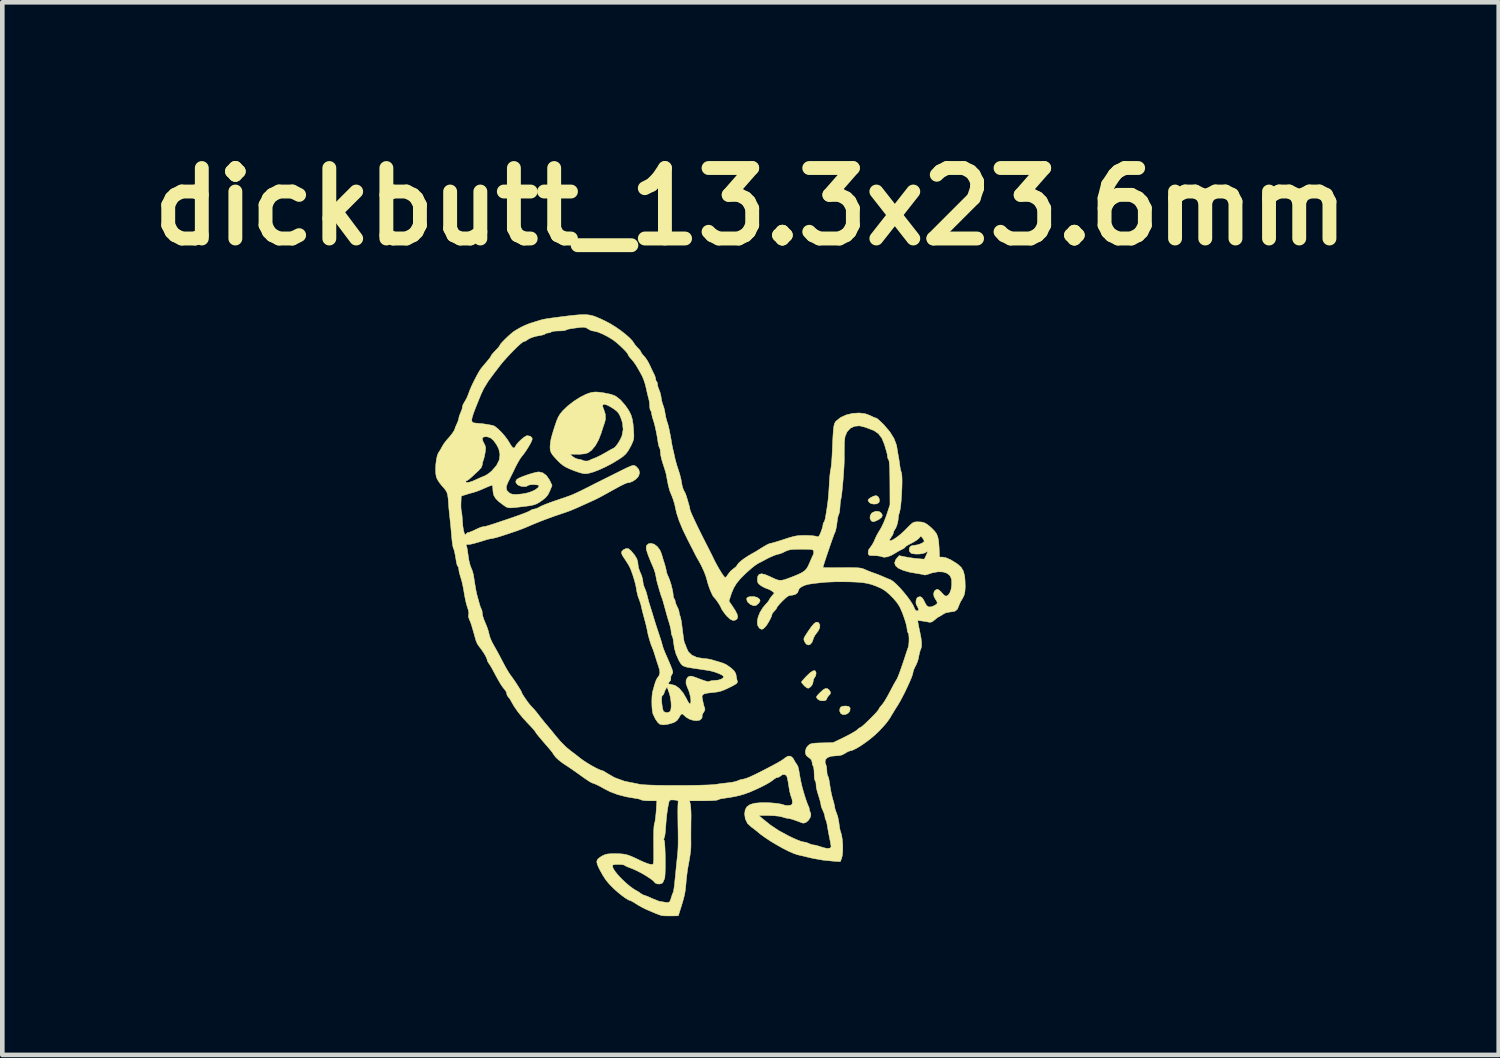
<source format=kicad_pcb>
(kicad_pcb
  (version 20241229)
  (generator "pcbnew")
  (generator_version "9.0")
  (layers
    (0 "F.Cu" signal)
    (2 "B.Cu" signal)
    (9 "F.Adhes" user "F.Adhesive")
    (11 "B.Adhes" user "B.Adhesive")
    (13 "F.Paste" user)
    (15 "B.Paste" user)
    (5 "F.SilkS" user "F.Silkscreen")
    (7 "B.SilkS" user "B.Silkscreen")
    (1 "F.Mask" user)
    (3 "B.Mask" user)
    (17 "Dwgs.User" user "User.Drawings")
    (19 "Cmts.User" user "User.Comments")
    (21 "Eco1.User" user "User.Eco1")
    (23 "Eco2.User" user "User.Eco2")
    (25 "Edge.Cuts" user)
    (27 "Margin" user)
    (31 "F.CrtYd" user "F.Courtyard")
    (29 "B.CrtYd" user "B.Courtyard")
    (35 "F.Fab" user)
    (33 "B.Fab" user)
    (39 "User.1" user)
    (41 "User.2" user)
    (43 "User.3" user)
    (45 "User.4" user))
  (footprint "dickbutt_13.3x23.6mm"
    (layer "F.Cu")
    (at 11.909 10.308)
    (property "Reference" "dickbutt_13.3x23.6mm" (at 1.27 -8.89 0) (layer "F.SilkS") (effects (font (size 1.524 1.524) (thickness 0.3))))
    (attr through_hole)
    (fp_poly (pts (xy 3.338 1.909) (xy 3.393 1.918) (xy 3.418 1.94) (xy 3.425 1.965) (xy 3.416 2.022) (xy 3.377 2.067) (xy 3.322 2.093) (xy 3.264 2.094) (xy 3.222 2.07) (xy 3.199 2.022) (xy 3.202 1.966) (xy 3.226 1.927) (xy 3.266 1.913) (xy 3.326 1.908) (xy 3.338 1.909)) (stroke (width 0.01) (type solid)) (fill yes) (layer "F.SilkS"))
    (fp_poly (pts (xy 4.03 -2.617) (xy 4.054 -2.57) (xy 4.057 -2.517) (xy 4.044 -2.488) (xy 3.999 -2.463) (xy 3.937 -2.457) (xy 3.875 -2.469) (xy 3.843 -2.489) (xy 3.817 -2.523) (xy 3.81 -2.542) (xy 3.828 -2.568) (xy 3.871 -2.599) (xy 3.924 -2.626) (xy 3.973 -2.64) (xy 3.989 -2.641) (xy 4.03 -2.617)) (stroke (width 0.01) (type solid)) (fill yes) (layer "F.SilkS"))
    (fp_poly (pts (xy 4.05 -2.297) (xy 4.097 -2.264) (xy 4.121 -2.217) (xy 4.106 -2.173) (xy 4.051 -2.129) (xy 4.02 -2.112) (xy 3.957 -2.084) (xy 3.917 -2.077) (xy 3.887 -2.091) (xy 3.878 -2.1) (xy 3.853 -2.151) (xy 3.859 -2.211) (xy 3.891 -2.263) (xy 3.905 -2.273) (xy 3.98 -2.304) (xy 4.05 -2.297)) (stroke (width 0.01) (type solid)) (fill yes) (layer "F.SilkS"))
    (fp_poly (pts (xy 1.416 -0.439) (xy 1.466 -0.4) (xy 1.469 -0.397) (xy 1.477 -0.364) (xy 1.455 -0.325) (xy 1.44 -0.308) (xy 1.391 -0.267) (xy 1.342 -0.259) (xy 1.281 -0.282) (xy 1.259 -0.294) (xy 1.206 -0.343) (xy 1.189 -0.387) (xy 1.19 -0.425) (xy 1.213 -0.445) (xy 1.257 -0.456) (xy 1.341 -0.459) (xy 1.416 -0.439)) (stroke (width 0.01) (type solid)) (fill yes) (layer "F.SilkS"))
    (fp_poly (pts (xy 2.934 1.533) (xy 2.971 1.563) (xy 3.001 1.609) (xy 2.995 1.647) (xy 2.963 1.683) (xy 2.932 1.72) (xy 2.921 1.747) (xy 2.904 1.78) (xy 2.86 1.796) (xy 2.804 1.796) (xy 2.75 1.779) (xy 2.719 1.756) (xy 2.7 1.731) (xy 2.697 1.709) (xy 2.715 1.68) (xy 2.758 1.634) (xy 2.773 1.619) (xy 2.841 1.557) (xy 2.892 1.529) (xy 2.934 1.533)) (stroke (width 0.01) (type solid)) (fill yes) (layer "F.SilkS"))
    (fp_poly (pts (xy 2.685 1.175) (xy 2.688 1.204) (xy 2.678 1.258) (xy 2.656 1.291) (xy 2.633 1.331) (xy 2.625 1.378) (xy 2.611 1.436) (xy 2.576 1.488) (xy 2.532 1.52) (xy 2.512 1.524) (xy 2.481 1.51) (xy 2.437 1.475) (xy 2.428 1.465) (xy 2.391 1.423) (xy 2.372 1.395) (xy 2.371 1.392) (xy 2.384 1.371) (xy 2.42 1.329) (xy 2.471 1.273) (xy 2.483 1.261) (xy 2.561 1.187) (xy 2.622 1.148) (xy 2.664 1.144) (xy 2.685 1.175)) (stroke (width 0.01) (type solid)) (fill yes) (layer "F.SilkS"))
    (fp_poly (pts (xy 2.742 0.107) (xy 2.77 0.155) (xy 2.766 0.219) (xy 2.731 0.29) (xy 2.709 0.318) (xy 2.666 0.375) (xy 2.637 0.429) (xy 2.632 0.444) (xy 2.603 0.525) (xy 2.563 0.575) (xy 2.518 0.59) (xy 2.474 0.569) (xy 2.443 0.523) (xy 2.428 0.489) (xy 2.423 0.461) (xy 2.432 0.429) (xy 2.458 0.383) (xy 2.503 0.314) (xy 2.519 0.29) (xy 2.588 0.192) (xy 2.643 0.128) (xy 2.687 0.097) (xy 2.723 0.096) (xy 2.742 0.107)) (stroke (width 0.01) (type solid)) (fill yes) (layer "F.SilkS"))
    (fp_poly (pts (xy -2.003 -4.877) (xy -1.898 -4.862) (xy -1.764 -4.835) (xy -1.742 -4.83) (xy -1.643 -4.79) (xy -1.542 -4.711) (xy -1.439 -4.592) (xy -1.398 -4.535) (xy -1.349 -4.457) (xy -1.313 -4.382) (xy -1.288 -4.299) (xy -1.271 -4.197) (xy -1.259 -4.067) (xy -1.256 -4.019) (xy -1.252 -3.933) (xy -1.256 -3.871) (xy -1.272 -3.814) (xy -1.302 -3.746) (xy -1.319 -3.712) (xy -1.372 -3.616) (xy -1.424 -3.546) (xy -1.488 -3.487) (xy -1.576 -3.426) (xy -1.577 -3.426) (xy -1.719 -3.34) (xy -1.863 -3.264) (xy -2.002 -3.2) (xy -2.128 -3.152) (xy -2.234 -3.122) (xy -2.307 -3.114) (xy -2.364 -3.122) (xy -2.443 -3.144) (xy -2.527 -3.173) (xy -2.529 -3.173) (xy -2.64 -3.218) (xy -2.722 -3.256) (xy -2.786 -3.296) (xy -2.846 -3.345) (xy -2.911 -3.409) (xy -2.925 -3.424) (xy -2.996 -3.503) (xy -3.018 -3.535) (xy -2.635 -3.535) (xy -2.572 -3.483) (xy -2.516 -3.448) (xy -2.462 -3.43) (xy -2.455 -3.429) (xy -2.401 -3.421) (xy -2.371 -3.408) (xy -2.321 -3.391) (xy -2.262 -3.388) (xy -2.216 -3.4) (xy -2.211 -3.404) (xy -2.179 -3.421) (xy -2.125 -3.442) (xy -2.107 -3.449) (xy -2.048 -3.474) (xy -1.968 -3.513) (xy -1.885 -3.559) (xy -1.874 -3.565) (xy -1.8 -3.608) (xy -1.736 -3.644) (xy -1.694 -3.665) (xy -1.689 -3.667) (xy -1.653 -3.696) (xy -1.609 -3.751) (xy -1.563 -3.823) (xy -1.524 -3.899) (xy -1.509 -3.937) (xy -1.484 -4.069) (xy -1.498 -4.212) (xy -1.523 -4.293) (xy -1.555 -4.373) (xy -1.587 -4.429) (xy -1.631 -4.475) (xy -1.697 -4.523) (xy -1.729 -4.544) (xy -1.819 -4.594) (xy -1.883 -4.616) (xy -1.92 -4.609) (xy -1.929 -4.574) (xy -1.907 -4.512) (xy -1.904 -4.507) (xy -1.87 -4.403) (xy -1.866 -4.297) (xy -1.882 -4.229) (xy -1.896 -4.187) (xy -1.92 -4.118) (xy -1.947 -4.032) (xy -1.959 -3.993) (xy -2.016 -3.846) (xy -2.086 -3.72) (xy -2.166 -3.624) (xy -2.243 -3.567) (xy -2.312 -3.546) (xy -2.415 -3.536) (xy -2.47 -3.535) (xy -2.635 -3.535) (xy -3.018 -3.535) (xy -3.04 -3.566) (xy -3.061 -3.626) (xy -3.065 -3.695) (xy -3.061 -3.747) (xy -3.055 -3.8) (xy -3.047 -3.847) (xy -3.035 -3.899) (xy -3.017 -3.963) (xy -2.991 -4.051) (xy -2.958 -4.153) (xy -2.922 -4.259) (xy -2.888 -4.338) (xy -2.849 -4.403) (xy -2.797 -4.467) (xy -2.788 -4.478) (xy -2.685 -4.577) (xy -2.557 -4.677) (xy -2.42 -4.765) (xy -2.305 -4.824) (xy -2.228 -4.855) (xy -2.158 -4.874) (xy -2.086 -4.882) (xy -2.003 -4.877)) (stroke (width 0.01) (type solid)) (fill yes) (layer "F.SilkS"))
    (fp_poly (pts (xy -0.813 -1.59) (xy -0.746 -1.539) (xy -0.69 -1.465) (xy -0.66 -1.397) (xy -0.642 -1.338) (xy -0.618 -1.257) (xy -0.594 -1.183) (xy -0.572 -1.107) (xy -0.556 -1.043) (xy -0.55 -1.007) (xy -0.541 -0.967) (xy -0.518 -0.909) (xy -0.51 -0.893) (xy -0.479 -0.818) (xy -0.448 -0.722) (xy -0.423 -0.622) (xy -0.406 -0.533) (xy -0.402 -0.486) (xy -0.395 -0.438) (xy -0.381 -0.413) (xy -0.363 -0.383) (xy -0.36 -0.359) (xy -0.35 -0.315) (xy -0.325 -0.257) (xy -0.318 -0.243) (xy -0.29 -0.184) (xy -0.276 -0.133) (xy -0.275 -0.125) (xy -0.265 -0.069) (xy -0.255 -0.043) (xy -0.243 -0.006) (xy -0.229 0.062) (xy -0.216 0.147) (xy -0.212 0.183) (xy -0.195 0.316) (xy -0.182 0.414) (xy -0.172 0.482) (xy -0.163 0.525) (xy -0.154 0.551) (xy -0.149 0.561) (xy -0.132 0.597) (xy -0.12 0.637) (xy -0.076 0.734) (xy 0.001 0.808) (xy 0.108 0.857) (xy 0.235 0.879) (xy 0.317 0.886) (xy 0.393 0.899) (xy 0.428 0.907) (xy 0.494 0.927) (xy 0.571 0.949) (xy 0.593 0.956) (xy 0.678 0.983) (xy 0.744 1.013) (xy 0.809 1.057) (xy 0.861 1.097) (xy 0.92 1.154) (xy 0.951 1.209) (xy 0.959 1.245) (xy 0.97 1.311) (xy 0.983 1.366) (xy 0.984 1.369) (xy 0.987 1.392) (xy 0.976 1.414) (xy 0.945 1.438) (xy 0.887 1.471) (xy 0.812 1.509) (xy 0.71 1.557) (xy 0.629 1.587) (xy 0.551 1.605) (xy 0.46 1.616) (xy 0.459 1.616) (xy 0.35 1.628) (xy 0.278 1.643) (xy 0.237 1.666) (xy 0.222 1.697) (xy 0.223 1.72) (xy 0.24 1.809) (xy 0.258 1.889) (xy 0.275 1.946) (xy 0.284 1.965) (xy 0.282 1.997) (xy 0.259 2.041) (xy 0.256 2.045) (xy 0.229 2.088) (xy 0.223 2.117) (xy 0.224 2.119) (xy 0.224 2.15) (xy 0.212 2.18) (xy 0.172 2.214) (xy 0.107 2.226) (xy 0.029 2.218) (xy -0.052 2.192) (xy -0.124 2.149) (xy -0.157 2.119) (xy -0.194 2.084) (xy -0.222 2.081) (xy -0.25 2.112) (xy -0.274 2.157) (xy -0.319 2.221) (xy -0.381 2.262) (xy -0.407 2.272) (xy -0.519 2.304) (xy -0.615 2.316) (xy -0.684 2.305) (xy -0.688 2.304) (xy -0.735 2.264) (xy -0.785 2.193) (xy -0.831 2.098) (xy -0.841 2.074) (xy -0.853 2.015) (xy -0.861 1.928) (xy -0.864 1.827) (xy -0.862 1.734) (xy -0.653 1.734) (xy -0.652 1.796) (xy -0.648 1.85) (xy -0.638 1.928) (xy -0.624 1.991) (xy -0.611 2.025) (xy -0.611 2.025) (xy -0.567 2.049) (xy -0.511 2.049) (xy -0.47 2.028) (xy -0.452 1.986) (xy -0.445 1.916) (xy -0.448 1.828) (xy -0.46 1.735) (xy -0.48 1.649) (xy -0.487 1.63) (xy -0.51 1.566) (xy -0.525 1.52) (xy -0.529 1.504) (xy -0.537 1.503) (xy -0.554 1.527) (xy -0.574 1.563) (xy -0.589 1.597) (xy -0.592 1.611) (xy -0.608 1.653) (xy -0.627 1.674) (xy -0.645 1.697) (xy -0.653 1.734) (xy -0.862 1.734) (xy -0.862 1.726) (xy -0.854 1.638) (xy -0.844 1.587) (xy -0.828 1.534) (xy -0.809 1.463) (xy -0.802 1.439) (xy -0.781 1.375) (xy -0.758 1.324) (xy -0.75 1.312) (xy -0.707 1.25) (xy -0.69 1.194) (xy -0.696 1.13) (xy -0.716 1.063) (xy -0.747 0.97) (xy -0.778 0.871) (xy -0.792 0.826) (xy -0.815 0.753) (xy -0.836 0.692) (xy -0.846 0.667) (xy -0.882 0.576) (xy -0.917 0.467) (xy -0.945 0.362) (xy -0.954 0.318) (xy -0.969 0.242) (xy -0.99 0.151) (xy -1.005 0.095) (xy -1.039 -0.033) (xy -1.065 -0.131) (xy -1.083 -0.206) (xy -1.091 -0.243) (xy -1.106 -0.305) (xy -1.121 -0.349) (xy -1.164 -0.467) (xy -1.19 -0.575) (xy -1.197 -0.624) (xy -1.214 -0.713) (xy -1.244 -0.823) (xy -1.28 -0.938) (xy -1.318 -1.042) (xy -1.347 -1.107) (xy -1.379 -1.161) (xy -1.423 -1.231) (xy -1.452 -1.274) (xy -1.5 -1.347) (xy -1.52 -1.398) (xy -1.513 -1.435) (xy -1.481 -1.467) (xy -1.477 -1.47) (xy -1.417 -1.499) (xy -1.365 -1.491) (xy -1.311 -1.445) (xy -1.234 -1.351) (xy -1.188 -1.274) (xy -1.167 -1.202) (xy -1.164 -1.164) (xy -1.153 -1.086) (xy -1.123 -0.998) (xy -1.111 -0.974) (xy -1.081 -0.899) (xy -1.062 -0.825) (xy -1.058 -0.793) (xy -1.048 -0.719) (xy -1.023 -0.65) (xy -0.993 -0.579) (xy -0.972 -0.508) (xy -0.934 -0.357) (xy -0.892 -0.222) (xy -0.876 -0.171) (xy -0.852 -0.094) (xy -0.826 -0.008) (xy -0.824 0) (xy -0.793 0.1) (xy -0.756 0.216) (xy -0.719 0.326) (xy -0.715 0.339) (xy -0.685 0.43) (xy -0.658 0.514) (xy -0.64 0.579) (xy -0.637 0.593) (xy -0.618 0.654) (xy -0.588 0.732) (xy -0.566 0.783) (xy -0.529 0.867) (xy -0.486 0.966) (xy -0.454 1.043) (xy -0.425 1.118) (xy -0.412 1.166) (xy -0.412 1.195) (xy -0.425 1.218) (xy -0.43 1.224) (xy -0.453 1.271) (xy -0.453 1.304) (xy -0.458 1.353) (xy -0.475 1.375) (xy -0.505 1.41) (xy -0.495 1.433) (xy -0.45 1.441) (xy -0.359 1.464) (xy -0.271 1.527) (xy -0.186 1.627) (xy -0.109 1.761) (xy -0.104 1.773) (xy -0.075 1.826) (xy -0.05 1.858) (xy -0.041 1.863) (xy -0.024 1.844) (xy -0.019 1.796) (xy -0.026 1.727) (xy -0.043 1.647) (xy -0.069 1.565) (xy -0.098 1.5) (xy -0.125 1.419) (xy -0.122 1.345) (xy -0.09 1.291) (xy -0.078 1.281) (xy -0.046 1.265) (xy -0.013 1.262) (xy 0.035 1.274) (xy 0.086 1.292) (xy 0.195 1.333) (xy 0.271 1.36) (xy 0.322 1.375) (xy 0.354 1.381) (xy 0.374 1.378) (xy 0.385 1.373) (xy 0.422 1.362) (xy 0.483 1.356) (xy 0.509 1.355) (xy 0.578 1.347) (xy 0.638 1.327) (xy 0.678 1.3) (xy 0.688 1.272) (xy 0.686 1.266) (xy 0.651 1.238) (xy 0.587 1.207) (xy 0.504 1.176) (xy 0.414 1.151) (xy 0.35 1.139) (xy 0.252 1.124) (xy 0.145 1.108) (xy 0.095 1.101) (xy -0.023 1.083) (xy -0.107 1.068) (xy -0.165 1.051) (xy -0.205 1.028) (xy -0.235 0.995) (xy -0.264 0.949) (xy -0.288 0.904) (xy -0.34 0.786) (xy -0.375 0.662) (xy -0.396 0.519) (xy -0.405 0.453) (xy -0.418 0.406) (xy -0.425 0.393) (xy -0.439 0.358) (xy -0.445 0.311) (xy -0.451 0.258) (xy -0.468 0.183) (xy -0.486 0.119) (xy -0.516 0.023) (xy -0.546 -0.082) (xy -0.561 -0.138) (xy -0.596 -0.265) (xy -0.622 -0.358) (xy -0.643 -0.423) (xy -0.655 -0.455) (xy -0.671 -0.501) (xy -0.691 -0.567) (xy -0.699 -0.593) (xy -0.719 -0.663) (xy -0.737 -0.726) (xy -0.742 -0.741) (xy -0.756 -0.795) (xy -0.77 -0.867) (xy -0.774 -0.889) (xy -0.792 -0.972) (xy -0.819 -1.055) (xy -0.825 -1.069) (xy -0.887 -1.213) (xy -0.932 -1.324) (xy -0.962 -1.408) (xy -0.98 -1.469) (xy -0.986 -1.513) (xy -0.982 -1.546) (xy -0.974 -1.565) (xy -0.936 -1.6) (xy -0.882 -1.609) (xy -0.813 -1.59)) (stroke (width 0.01) (type solid)) (fill yes) (layer "F.SilkS"))
    (fp_poly (pts (xy -2.25 -6.551) (xy -2.182 -6.54) (xy -2.117 -6.523) (xy -2.05 -6.497) (xy -1.974 -6.464) (xy -1.885 -6.422) (xy -1.874 -6.417) (xy -1.766 -6.36) (xy -1.651 -6.289) (xy -1.538 -6.211) (xy -1.434 -6.13) (xy -1.347 -6.053) (xy -1.284 -5.987) (xy -1.262 -5.953) (xy -1.226 -5.9) (xy -1.176 -5.843) (xy -1.166 -5.833) (xy -1.126 -5.79) (xy -1.103 -5.756) (xy -1.101 -5.749) (xy -1.087 -5.721) (xy -1.054 -5.679) (xy -1.045 -5.67) (xy -1.003 -5.622) (xy -0.967 -5.57) (xy -0.929 -5.504) (xy -0.884 -5.41) (xy -0.879 -5.397) (xy -0.846 -5.328) (xy -0.818 -5.271) (xy -0.804 -5.244) (xy -0.786 -5.192) (xy -0.783 -5.166) (xy -0.774 -5.126) (xy -0.762 -5.112) (xy -0.746 -5.083) (xy -0.741 -5.046) (xy -0.731 -4.99) (xy -0.707 -4.928) (xy -0.707 -4.928) (xy -0.684 -4.866) (xy -0.666 -4.788) (xy -0.663 -4.765) (xy -0.65 -4.69) (xy -0.631 -4.62) (xy -0.624 -4.604) (xy -0.601 -4.536) (xy -0.585 -4.466) (xy -0.563 -4.34) (xy -0.538 -4.246) (xy -0.529 -4.223) (xy -0.512 -4.168) (xy -0.491 -4.08) (xy -0.468 -3.966) (xy -0.444 -3.835) (xy -0.434 -3.768) (xy -0.423 -3.714) (xy -0.408 -3.643) (xy -0.402 -3.619) (xy -0.383 -3.538) (xy -0.365 -3.456) (xy -0.362 -3.44) (xy -0.346 -3.378) (xy -0.322 -3.294) (xy -0.292 -3.203) (xy -0.287 -3.189) (xy -0.258 -3.094) (xy -0.234 -2.998) (xy -0.22 -2.92) (xy -0.219 -2.914) (xy -0.205 -2.839) (xy -0.183 -2.774) (xy -0.172 -2.752) (xy -0.143 -2.698) (xy -0.116 -2.627) (xy -0.109 -2.603) (xy -0.087 -2.529) (xy -0.067 -2.46) (xy -0.062 -2.443) (xy -0.048 -2.39) (xy -0.042 -2.353) (xy -0.033 -2.318) (xy -0.005 -2.248) (xy 0.04 -2.149) (xy 0.1 -2.022) (xy 0.173 -1.873) (xy 0.257 -1.704) (xy 0.349 -1.524) (xy 0.392 -1.439) (xy 0.43 -1.363) (xy 0.458 -1.307) (xy 0.465 -1.291) (xy 0.502 -1.216) (xy 0.547 -1.132) (xy 0.595 -1.048) (xy 0.642 -0.971) (xy 0.683 -0.911) (xy 0.712 -0.875) (xy 0.722 -0.868) (xy 0.745 -0.884) (xy 0.776 -0.926) (xy 0.786 -0.941) (xy 0.834 -1.003) (xy 0.894 -1.055) (xy 0.9 -1.059) (xy 0.95 -1.097) (xy 0.981 -1.136) (xy 0.984 -1.143) (xy 1.01 -1.179) (xy 1.064 -1.228) (xy 1.138 -1.284) (xy 1.224 -1.34) (xy 1.284 -1.375) (xy 1.345 -1.409) (xy 1.397 -1.439) (xy 1.406 -1.445) (xy 1.524 -1.519) (xy 1.611 -1.57) (xy 1.67 -1.599) (xy 1.703 -1.609) (xy 1.703 -1.609) (xy 1.735 -1.615) (xy 1.798 -1.633) (xy 1.884 -1.659) (xy 1.983 -1.691) (xy 1.995 -1.695) (xy 2.111 -1.733) (xy 2.2 -1.757) (xy 2.275 -1.772) (xy 2.349 -1.779) (xy 2.435 -1.781) (xy 2.445 -1.781) (xy 2.537 -1.779) (xy 2.619 -1.773) (xy 2.678 -1.764) (xy 2.691 -1.76) (xy 2.723 -1.751) (xy 2.745 -1.759) (xy 2.766 -1.792) (xy 2.791 -1.849) (xy 2.816 -1.919) (xy 2.833 -1.979) (xy 2.836 -2.005) (xy 2.844 -2.047) (xy 2.855 -2.062) (xy 2.871 -2.089) (xy 2.885 -2.14) (xy 2.888 -2.154) (xy 2.913 -2.302) (xy 2.931 -2.422) (xy 2.945 -2.526) (xy 2.955 -2.628) (xy 2.964 -2.739) (xy 2.972 -2.874) (xy 2.974 -2.921) (xy 2.981 -3.023) (xy 2.99 -3.116) (xy 3 -3.189) (xy 3.006 -3.217) (xy 3.014 -3.265) (xy 3.022 -3.345) (xy 3.03 -3.448) (xy 3.036 -3.562) (xy 3.038 -3.598) (xy 3.045 -3.775) (xy 3.052 -3.915) (xy 3.059 -4.022) (xy 3.067 -4.102) (xy 3.076 -4.16) (xy 3.088 -4.202) (xy 3.103 -4.231) (xy 3.119 -4.251) (xy 3.217 -4.33) (xy 3.342 -4.387) (xy 3.482 -4.42) (xy 3.625 -4.428) (xy 3.76 -4.409) (xy 3.854 -4.374) (xy 3.917 -4.343) (xy 3.967 -4.323) (xy 3.987 -4.318) (xy 4.012 -4.304) (xy 4.057 -4.265) (xy 4.117 -4.208) (xy 4.16 -4.165) (xy 4.284 -4.019) (xy 4.373 -3.876) (xy 4.425 -3.738) (xy 4.434 -3.694) (xy 4.445 -3.622) (xy 4.46 -3.535) (xy 4.468 -3.493) (xy 4.483 -3.405) (xy 4.496 -3.316) (xy 4.5 -3.281) (xy 4.511 -3.212) (xy 4.527 -3.155) (xy 4.532 -3.142) (xy 4.541 -3.099) (xy 4.546 -3.023) (xy 4.547 -2.922) (xy 4.544 -2.805) (xy 4.538 -2.681) (xy 4.53 -2.558) (xy 4.52 -2.446) (xy 4.507 -2.352) (xy 4.494 -2.285) (xy 4.486 -2.262) (xy 4.472 -2.215) (xy 4.466 -2.155) (xy 4.457 -2.083) (xy 4.437 -2.004) (xy 4.409 -1.935) (xy 4.385 -1.9) (xy 4.363 -1.858) (xy 4.36 -1.84) (xy 4.348 -1.799) (xy 4.318 -1.751) (xy 4.283 -1.699) (xy 4.277 -1.672) (xy 4.296 -1.666) (xy 4.334 -1.679) (xy 4.388 -1.71) (xy 4.453 -1.755) (xy 4.525 -1.814) (xy 4.6 -1.882) (xy 4.631 -1.914) (xy 4.701 -1.985) (xy 4.75 -2.031) (xy 4.787 -2.058) (xy 4.822 -2.07) (xy 4.864 -2.074) (xy 4.896 -2.074) (xy 4.968 -2.07) (xy 5.027 -2.055) (xy 5.083 -2.024) (xy 5.15 -1.971) (xy 5.197 -1.928) (xy 5.254 -1.869) (xy 5.295 -1.811) (xy 5.321 -1.742) (xy 5.338 -1.653) (xy 5.347 -1.534) (xy 5.349 -1.498) (xy 5.358 -1.312) (xy 5.421 -1.312) (xy 5.498 -1.297) (xy 5.597 -1.254) (xy 5.709 -1.186) (xy 5.757 -1.153) (xy 5.828 -1.087) (xy 5.874 -1.006) (xy 5.901 -0.899) (xy 5.909 -0.804) (xy 5.913 -0.671) (xy 5.907 -0.571) (xy 5.891 -0.494) (xy 5.862 -0.431) (xy 5.85 -0.41) (xy 5.81 -0.344) (xy 5.78 -0.277) (xy 5.775 -0.26) (xy 5.742 -0.183) (xy 5.69 -0.141) (xy 5.612 -0.127) (xy 5.6 -0.127) (xy 5.495 -0.108) (xy 5.431 -0.074) (xy 5.382 -0.042) (xy 5.348 -0.023) (xy 5.341 -0.021) (xy 5.319 -0.008) (xy 5.278 0.024) (xy 5.255 0.044) (xy 5.2 0.086) (xy 5.156 0.099) (xy 5.125 0.095) (xy 5.068 0.084) (xy 4.995 0.072) (xy 4.977 0.07) (xy 4.884 0.059) (xy 4.896 0.13) (xy 4.908 0.195) (xy 4.925 0.274) (xy 4.932 0.307) (xy 4.957 0.436) (xy 4.969 0.546) (xy 4.967 0.627) (xy 4.957 0.664) (xy 4.943 0.698) (xy 4.929 0.743) (xy 4.914 0.808) (xy 4.896 0.899) (xy 4.877 0.957) (xy 4.847 1.027) (xy 4.833 1.051) (xy 4.804 1.114) (xy 4.786 1.167) (xy 4.784 1.184) (xy 4.774 1.226) (xy 4.748 1.299) (xy 4.709 1.392) (xy 4.66 1.498) (xy 4.607 1.61) (xy 4.551 1.719) (xy 4.498 1.818) (xy 4.45 1.898) (xy 4.445 1.905) (xy 4.396 1.983) (xy 4.345 2.068) (xy 4.328 2.095) (xy 4.28 2.176) (xy 4.229 2.248) (xy 4.168 2.322) (xy 4.089 2.408) (xy 4.038 2.462) (xy 3.951 2.543) (xy 3.852 2.626) (xy 3.747 2.704) (xy 3.645 2.774) (xy 3.551 2.829) (xy 3.474 2.866) (xy 3.422 2.879) (xy 3.387 2.89) (xy 3.335 2.918) (xy 3.315 2.932) (xy 3.246 2.968) (xy 3.168 2.983) (xy 3.122 2.985) (xy 3.014 2.995) (xy 2.935 3.023) (xy 2.89 3.068) (xy 2.882 3.126) (xy 2.898 3.172) (xy 2.913 3.22) (xy 2.92 3.287) (xy 2.921 3.307) (xy 2.925 3.368) (xy 2.935 3.412) (xy 2.94 3.419) (xy 2.955 3.452) (xy 2.968 3.508) (xy 2.971 3.524) (xy 2.995 3.68) (xy 3.018 3.803) (xy 3.042 3.902) (xy 3.056 3.948) (xy 3.075 4.016) (xy 3.088 4.073) (xy 3.09 4.093) (xy 3.099 4.139) (xy 3.119 4.196) (xy 3.12 4.198) (xy 3.156 4.297) (xy 3.179 4.412) (xy 3.189 4.487) (xy 3.199 4.556) (xy 3.212 4.612) (xy 3.217 4.625) (xy 3.24 4.703) (xy 3.256 4.806) (xy 3.265 4.922) (xy 3.265 5.036) (xy 3.256 5.136) (xy 3.239 5.206) (xy 3.211 5.274) (xy 3.05 5.263) (xy 2.84 5.242) (xy 2.623 5.204) (xy 2.498 5.175) (xy 2.413 5.154) (xy 2.334 5.136) (xy 2.286 5.125) (xy 2.205 5.098) (xy 2.099 5.051) (xy 1.976 4.989) (xy 1.845 4.916) (xy 1.714 4.838) (xy 1.594 4.759) (xy 1.491 4.685) (xy 1.442 4.645) (xy 1.378 4.592) (xy 1.317 4.545) (xy 1.285 4.522) (xy 1.205 4.448) (xy 1.157 4.349) (xy 1.143 4.243) (xy 1.155 4.154) (xy 1.192 4.087) (xy 1.259 4.04) (xy 1.357 4.011) (xy 1.492 3.999) (xy 1.566 3.998) (xy 1.683 4.001) (xy 1.795 4.01) (xy 1.89 4.022) (xy 1.96 4.037) (xy 1.981 4.045) (xy 2.033 4.059) (xy 2.096 4.06) (xy 2.097 4.06) (xy 2.148 4.05) (xy 2.171 4.024) (xy 2.176 3.997) (xy 2.171 3.936) (xy 2.152 3.88) (xy 2.136 3.832) (xy 2.117 3.756) (xy 2.101 3.665) (xy 2.096 3.63) (xy 2.082 3.542) (xy 2.067 3.47) (xy 2.053 3.423) (xy 2.048 3.413) (xy 2.005 3.389) (xy 1.955 3.396) (xy 1.926 3.418) (xy 1.885 3.446) (xy 1.861 3.45) (xy 1.821 3.463) (xy 1.77 3.497) (xy 1.752 3.512) (xy 1.693 3.554) (xy 1.605 3.605) (xy 1.496 3.661) (xy 1.378 3.716) (xy 1.261 3.767) (xy 1.153 3.807) (xy 1.143 3.811) (xy 1.051 3.838) (xy 0.951 3.862) (xy 0.832 3.884) (xy 0.683 3.906) (xy 0.667 3.908) (xy 0.608 3.92) (xy 0.567 3.935) (xy 0.562 3.939) (xy 0.534 3.946) (xy 0.473 3.952) (xy 0.386 3.956) (xy 0.281 3.958) (xy 0.247 3.958) (xy -0.048 3.958) (xy -0.03 4.038) (xy -0.023 4.094) (xy -0.018 4.178) (xy -0.015 4.277) (xy -0.016 4.323) (xy -0.018 4.502) (xy -0.019 4.655) (xy -0.019 4.795) (xy -0.018 4.895) (xy -0.019 4.959) (xy -0.023 5.024) (xy -0.032 5.098) (xy -0.046 5.192) (xy -0.067 5.312) (xy -0.085 5.408) (xy -0.097 5.487) (xy -0.11 5.591) (xy -0.122 5.702) (xy -0.125 5.747) (xy -0.134 5.845) (xy -0.146 5.931) (xy -0.163 6.016) (xy -0.188 6.112) (xy -0.223 6.229) (xy -0.251 6.318) (xy -0.291 6.445) (xy -0.437 6.448) (xy -0.519 6.448) (xy -0.592 6.446) (xy -0.635 6.442) (xy -0.667 6.435) (xy -0.709 6.421) (xy -0.77 6.398) (xy -0.854 6.363) (xy -0.969 6.314) (xy -0.995 6.302) (xy -1.068 6.266) (xy -1.152 6.219) (xy -1.2 6.189) (xy -1.26 6.151) (xy -1.307 6.125) (xy -1.328 6.117) (xy -1.365 6.104) (xy -1.425 6.068) (xy -1.5 6.015) (xy -1.581 5.951) (xy -1.66 5.882) (xy -1.69 5.854) (xy -1.783 5.76) (xy -1.858 5.67) (xy -1.923 5.57) (xy -1.991 5.447) (xy -2.005 5.419) (xy -2.025 5.374) (xy -1.714 5.374) (xy -1.699 5.423) (xy -1.655 5.49) (xy -1.591 5.569) (xy -1.511 5.653) (xy -1.424 5.735) (xy -1.335 5.81) (xy -1.251 5.87) (xy -1.208 5.895) (xy -1.152 5.927) (xy -1.11 5.957) (xy -1.106 5.961) (xy -1.063 5.988) (xy -1.02 6.004) (xy -0.968 6.021) (xy -0.899 6.051) (xy -0.857 6.071) (xy -0.706 6.131) (xy -0.555 6.156) (xy -0.539 6.157) (xy -0.5 6.155) (xy -0.475 6.137) (xy -0.457 6.094) (xy -0.446 6.059) (xy -0.426 5.996) (xy -0.408 5.949) (xy -0.401 5.937) (xy -0.394 5.909) (xy -0.384 5.847) (xy -0.373 5.762) (xy -0.363 5.662) (xy -0.35 5.535) (xy -0.337 5.396) (xy -0.323 5.266) (xy -0.316 5.196) (xy -0.307 5.113) (xy -0.301 5.036) (xy -0.297 4.958) (xy -0.295 4.871) (xy -0.295 4.766) (xy -0.296 4.636) (xy -0.299 4.477) (xy -0.301 4.312) (xy -0.302 4.176) (xy -0.3 4.074) (xy -0.297 4.009) (xy -0.295 3.99) (xy -0.295 3.964) (xy -0.315 3.95) (xy -0.366 3.942) (xy -0.384 3.941) (xy -0.444 3.939) (xy -0.475 3.948) (xy -0.491 3.974) (xy -0.496 3.994) (xy -0.518 4.102) (xy -0.538 4.239) (xy -0.554 4.392) (xy -0.564 4.529) (xy -0.571 4.62) (xy -0.58 4.695) (xy -0.591 4.745) (xy -0.597 4.757) (xy -0.607 4.794) (xy -0.598 4.81) (xy -0.59 4.84) (xy -0.584 4.905) (xy -0.579 4.995) (xy -0.575 5.102) (xy -0.573 5.218) (xy -0.573 5.335) (xy -0.574 5.445) (xy -0.577 5.538) (xy -0.582 5.607) (xy -0.589 5.644) (xy -0.59 5.644) (xy -0.613 5.696) (xy -0.622 5.72) (xy -0.649 5.746) (xy -0.699 5.758) (xy -0.752 5.754) (xy -0.792 5.735) (xy -0.798 5.727) (xy -0.833 5.688) (xy -0.899 5.638) (xy -0.985 5.582) (xy -1.084 5.524) (xy -1.186 5.471) (xy -1.282 5.428) (xy -1.337 5.407) (xy -1.398 5.384) (xy -1.44 5.362) (xy -1.451 5.354) (xy -1.477 5.343) (xy -1.532 5.336) (xy -1.589 5.334) (xy -1.659 5.336) (xy -1.698 5.343) (xy -1.713 5.358) (xy -1.714 5.374) (xy -2.025 5.374) (xy -2.043 5.334) (xy -2.055 5.273) (xy -2.038 5.225) (xy -1.988 5.182) (xy -1.935 5.149) (xy -1.885 5.125) (xy -1.83 5.11) (xy -1.759 5.103) (xy -1.663 5.102) (xy -1.56 5.103) (xy -1.475 5.111) (xy -1.398 5.127) (xy -1.316 5.156) (xy -1.216 5.2) (xy -1.132 5.241) (xy -1.045 5.281) (xy -0.965 5.313) (xy -0.905 5.331) (xy -0.884 5.334) (xy -0.863 5.335) (xy -0.848 5.334) (xy -0.837 5.325) (xy -0.83 5.305) (xy -0.825 5.267) (xy -0.823 5.207) (xy -0.823 5.119) (xy -0.824 4.999) (xy -0.825 4.865) (xy -0.825 4.725) (xy -0.823 4.608) (xy -0.818 4.519) (xy -0.811 4.463) (xy -0.807 4.449) (xy -0.796 4.412) (xy -0.786 4.343) (xy -0.776 4.254) (xy -0.77 4.183) (xy -0.756 3.958) (xy -0.913 3.958) (xy -0.993 3.956) (xy -1.055 3.949) (xy -1.089 3.94) (xy -1.091 3.939) (xy -1.124 3.924) (xy -1.18 3.911) (xy -1.196 3.909) (xy -1.415 3.872) (xy -1.601 3.824) (xy -1.764 3.763) (xy -1.884 3.702) (xy -1.975 3.651) (xy -2.055 3.611) (xy -2.114 3.585) (xy -2.142 3.577) (xy -2.171 3.565) (xy -2.224 3.534) (xy -2.291 3.489) (xy -2.318 3.471) (xy -2.45 3.376) (xy -2.555 3.302) (xy -2.631 3.25) (xy -2.665 3.227) (xy -2.789 3.145) (xy -2.881 3.074) (xy -2.947 3.011) (xy -2.991 2.951) (xy -2.998 2.939) (xy -3.02 2.906) (xy -3.063 2.853) (xy -3.115 2.792) (xy -3.116 2.791) (xy -3.224 2.666) (xy -3.304 2.571) (xy -3.357 2.505) (xy -3.383 2.467) (xy -3.387 2.459) (xy -3.401 2.439) (xy -3.439 2.395) (xy -3.495 2.335) (xy -3.557 2.27) (xy -3.663 2.154) (xy -3.762 2.031) (xy -3.844 1.913) (xy -3.904 1.808) (xy -3.914 1.788) (xy -3.945 1.739) (xy -3.967 1.716) (xy -3.995 1.673) (xy -4 1.644) (xy -4.014 1.598) (xy -4.047 1.552) (xy -4.086 1.504) (xy -4.131 1.438) (xy -4.183 1.349) (xy -4.248 1.231) (xy -4.277 1.177) (xy -4.319 1.098) (xy -4.358 1.031) (xy -4.387 0.988) (xy -4.394 0.979) (xy -4.419 0.936) (xy -4.424 0.912) (xy -4.436 0.873) (xy -4.467 0.812) (xy -4.511 0.74) (xy -4.562 0.667) (xy -4.604 0.614) (xy -4.64 0.558) (xy -4.669 0.488) (xy -4.672 0.476) (xy -4.71 0.341) (xy -4.739 0.24) (xy -4.761 0.165) (xy -4.779 0.111) (xy -4.795 0.07) (xy -4.808 0.043) (xy -4.83 -0.024) (xy -4.825 -0.065) (xy -4.821 -0.11) (xy -4.836 -0.179) (xy -4.841 -0.192) (xy -4.865 -0.267) (xy -4.887 -0.353) (xy -4.909 -0.461) (xy -4.933 -0.6) (xy -4.933 -0.603) (xy -4.949 -0.686) (xy -4.966 -0.765) (xy -4.976 -0.804) (xy -5.005 -0.899) (xy -5.023 -0.963) (xy -5.033 -1.005) (xy -5.037 -1.036) (xy -5.038 -1.053) (xy -5.046 -1.095) (xy -5.056 -1.11) (xy -5.066 -1.119) (xy -5.074 -1.137) (xy -5.083 -1.173) (xy -5.095 -1.234) (xy -5.11 -1.326) (xy -5.117 -1.365) (xy -5.131 -1.433) (xy -5.147 -1.487) (xy -5.155 -1.503) (xy -5.165 -1.537) (xy -5.176 -1.602) (xy -5.186 -1.687) (xy -5.191 -1.736) (xy -5.201 -1.855) (xy -5.213 -1.988) (xy -5.226 -2.108) (xy -5.228 -2.127) (xy -5.24 -2.239) (xy -5.252 -2.358) (xy -5.256 -2.409) (xy -4.992 -2.409) (xy -4.989 -2.345) (xy -4.983 -2.309) (xy -4.976 -2.274) (xy -4.968 -2.208) (xy -4.961 -2.123) (xy -4.959 -2.088) (xy -4.951 -1.987) (xy -4.938 -1.902) (xy -4.922 -1.837) (xy -4.906 -1.8) (xy -4.89 -1.795) (xy -4.883 -1.808) (xy -4.855 -1.837) (xy -4.837 -1.841) (xy -4.802 -1.851) (xy -4.743 -1.874) (xy -4.678 -1.905) (xy -4.607 -1.938) (xy -4.548 -1.961) (xy -4.514 -1.968) (xy -4.485 -1.972) (xy -4.438 -1.982) (xy -4.369 -2.003) (xy -4.271 -2.034) (xy -4.149 -2.075) (xy -3.956 -2.14) (xy -3.8 -2.194) (xy -3.68 -2.237) (xy -3.591 -2.271) (xy -3.531 -2.296) (xy -3.497 -2.314) (xy -3.491 -2.319) (xy -3.442 -2.344) (xy -3.411 -2.349) (xy -3.364 -2.36) (xy -3.304 -2.387) (xy -3.286 -2.398) (xy -3.236 -2.423) (xy -3.156 -2.456) (xy -3.056 -2.494) (xy -2.948 -2.532) (xy -2.932 -2.537) (xy -2.823 -2.574) (xy -2.734 -2.604) (xy -2.658 -2.631) (xy -2.588 -2.658) (xy -2.517 -2.689) (xy -2.438 -2.726) (xy -2.342 -2.773) (xy -2.224 -2.832) (xy -2.076 -2.908) (xy -2.064 -2.914) (xy -1.969 -2.961) (xy -1.872 -3.01) (xy -1.791 -3.05) (xy -1.778 -3.056) (xy -1.689 -3.101) (xy -1.592 -3.149) (xy -1.545 -3.173) (xy -1.464 -3.213) (xy -1.383 -3.252) (xy -1.341 -3.27) (xy -1.285 -3.292) (xy -1.25 -3.295) (xy -1.218 -3.281) (xy -1.199 -3.267) (xy -1.146 -3.207) (xy -1.129 -3.135) (xy -1.149 -3.064) (xy -1.153 -3.057) (xy -1.204 -3.001) (xy -1.271 -2.954) (xy -1.339 -2.925) (xy -1.368 -2.921) (xy -1.392 -2.918) (xy -1.424 -2.907) (xy -1.471 -2.886) (xy -1.538 -2.853) (xy -1.629 -2.804) (xy -1.749 -2.738) (xy -1.81 -2.704) (xy -1.904 -2.652) (xy -1.976 -2.613) (xy -2.039 -2.58) (xy -2.105 -2.548) (xy -2.186 -2.511) (xy -2.286 -2.466) (xy -2.407 -2.411) (xy -2.499 -2.37) (xy -2.57 -2.34) (xy -2.628 -2.316) (xy -2.682 -2.296) (xy -2.741 -2.275) (xy -2.814 -2.251) (xy -2.836 -2.243) (xy -2.975 -2.196) (xy -3.126 -2.141) (xy -3.276 -2.084) (xy -3.412 -2.029) (xy -3.503 -1.99) (xy -3.571 -1.961) (xy -3.633 -1.935) (xy -3.699 -1.91) (xy -3.777 -1.881) (xy -3.878 -1.847) (xy -3.993 -1.808) (xy -4.098 -1.774) (xy -4.191 -1.745) (xy -4.264 -1.725) (xy -4.308 -1.715) (xy -4.313 -1.714) (xy -4.357 -1.708) (xy -4.421 -1.693) (xy -4.447 -1.685) (xy -4.582 -1.643) (xy -4.683 -1.614) (xy -4.756 -1.595) (xy -4.806 -1.586) (xy -4.841 -1.585) (xy -4.844 -1.585) (xy -4.879 -1.584) (xy -4.878 -1.566) (xy -4.876 -1.563) (xy -4.864 -1.528) (xy -4.852 -1.465) (xy -4.844 -1.408) (xy -4.82 -1.244) (xy -4.789 -1.122) (xy -4.762 -1.058) (xy -4.742 -1.006) (xy -4.723 -0.934) (xy -4.716 -0.894) (xy -4.696 -0.764) (xy -4.68 -0.667) (xy -4.667 -0.594) (xy -4.656 -0.539) (xy -4.644 -0.49) (xy -4.637 -0.466) (xy -4.615 -0.384) (xy -4.592 -0.302) (xy -4.588 -0.286) (xy -4.569 -0.228) (xy -4.551 -0.187) (xy -4.547 -0.181) (xy -4.535 -0.147) (xy -4.53 -0.094) (xy -4.53 -0.093) (xy -4.521 -0.04) (xy -4.497 0.035) (xy -4.465 0.112) (xy -4.429 0.199) (xy -4.399 0.288) (xy -4.384 0.352) (xy -4.363 0.426) (xy -4.327 0.513) (xy -4.29 0.582) (xy -4.249 0.654) (xy -4.196 0.749) (xy -4.139 0.856) (xy -4.094 0.942) (xy -4.043 1.039) (xy -3.993 1.127) (xy -3.95 1.198) (xy -3.922 1.238) (xy -3.886 1.287) (xy -3.84 1.352) (xy -3.791 1.425) (xy -3.745 1.497) (xy -3.708 1.557) (xy -3.686 1.596) (xy -3.683 1.606) (xy -3.671 1.636) (xy -3.64 1.688) (xy -3.596 1.753) (xy -3.548 1.821) (xy -3.502 1.88) (xy -3.465 1.922) (xy -3.461 1.926) (xy -3.417 1.972) (xy -3.362 2.036) (xy -3.318 2.093) (xy -3.256 2.173) (xy -3.184 2.262) (xy -3.135 2.32) (xy -3.069 2.399) (xy -2.998 2.485) (xy -2.953 2.542) (xy -2.836 2.679) (xy -2.718 2.797) (xy -2.612 2.884) (xy -2.551 2.929) (xy -2.476 2.987) (xy -2.413 3.037) (xy -2.351 3.083) (xy -2.271 3.135) (xy -2.184 3.188) (xy -2.098 3.236) (xy -2.022 3.274) (xy -1.966 3.297) (xy -1.946 3.302) (xy -1.914 3.313) (xy -1.867 3.341) (xy -1.859 3.347) (xy -1.669 3.457) (xy -1.46 3.533) (xy -1.348 3.557) (xy -1.258 3.574) (xy -1.162 3.594) (xy -1.132 3.601) (xy -1.081 3.608) (xy -0.994 3.614) (xy -0.877 3.619) (xy -0.737 3.623) (xy -0.579 3.625) (xy -0.412 3.626) (xy -0.24 3.626) (xy -0.07 3.625) (xy 0.091 3.623) (xy 0.238 3.619) (xy 0.363 3.615) (xy 0.461 3.609) (xy 0.519 3.603) (xy 0.62 3.588) (xy 0.73 3.575) (xy 0.801 3.567) (xy 0.883 3.556) (xy 0.957 3.538) (xy 0.996 3.524) (xy 1.053 3.501) (xy 1.099 3.493) (xy 1.153 3.481) (xy 1.24 3.449) (xy 1.357 3.395) (xy 1.46 3.344) (xy 1.62 3.262) (xy 1.746 3.196) (xy 1.843 3.143) (xy 1.915 3.102) (xy 1.966 3.07) (xy 2.001 3.044) (xy 2.014 3.033) (xy 2.078 2.993) (xy 2.137 2.993) (xy 2.187 3.035) (xy 2.205 3.065) (xy 2.237 3.123) (xy 2.269 3.169) (xy 2.271 3.171) (xy 2.295 3.215) (xy 2.312 3.278) (xy 2.314 3.291) (xy 2.333 3.406) (xy 2.356 3.529) (xy 2.381 3.637) (xy 2.387 3.662) (xy 2.413 3.756) (xy 2.442 3.852) (xy 2.471 3.942) (xy 2.497 4.015) (xy 2.516 4.062) (xy 2.522 4.074) (xy 2.538 4.111) (xy 2.54 4.132) (xy 2.551 4.182) (xy 2.565 4.21) (xy 2.576 4.263) (xy 2.559 4.324) (xy 2.521 4.382) (xy 2.471 4.425) (xy 2.418 4.442) (xy 2.397 4.439) (xy 2.358 4.425) (xy 2.295 4.402) (xy 2.244 4.383) (xy 2.173 4.359) (xy 2.113 4.343) (xy 2.085 4.339) (xy 2.038 4.332) (xy 1.975 4.314) (xy 1.958 4.308) (xy 1.886 4.292) (xy 1.782 4.281) (xy 1.662 4.277) (xy 1.45 4.277) (xy 1.516 4.334) (xy 1.7 4.482) (xy 1.885 4.605) (xy 2.092 4.717) (xy 2.102 4.722) (xy 2.201 4.769) (xy 2.29 4.808) (xy 2.362 4.835) (xy 2.407 4.847) (xy 2.411 4.847) (xy 2.47 4.857) (xy 2.527 4.879) (xy 2.579 4.901) (xy 2.62 4.911) (xy 2.668 4.917) (xy 2.747 4.939) (xy 2.847 4.971) (xy 2.926 4.989) (xy 2.982 4.984) (xy 3.011 4.96) (xy 3.012 4.942) (xy 3.006 4.902) (xy 2.994 4.834) (xy 2.977 4.751) (xy 2.973 4.731) (xy 2.955 4.638) (xy 2.939 4.55) (xy 2.928 4.483) (xy 2.927 4.477) (xy 2.916 4.418) (xy 2.901 4.377) (xy 2.898 4.372) (xy 2.883 4.336) (xy 2.879 4.302) (xy 2.869 4.252) (xy 2.845 4.189) (xy 2.836 4.17) (xy 2.81 4.111) (xy 2.795 4.062) (xy 2.794 4.052) (xy 2.788 4.012) (xy 2.772 3.95) (xy 2.76 3.908) (xy 2.728 3.805) (xy 2.707 3.732) (xy 2.695 3.68) (xy 2.689 3.64) (xy 2.688 3.603) (xy 2.682 3.553) (xy 2.667 3.524) (xy 2.667 3.524) (xy 2.656 3.498) (xy 2.649 3.441) (xy 2.646 3.367) (xy 2.646 3.365) (xy 2.643 3.291) (xy 2.635 3.234) (xy 2.625 3.207) (xy 2.625 3.207) (xy 2.609 3.178) (xy 2.603 3.132) (xy 2.588 3.073) (xy 2.545 3.033) (xy 2.49 2.993) (xy 2.464 2.954) (xy 2.456 2.901) (xy 2.456 2.888) (xy 2.476 2.815) (xy 2.514 2.768) (xy 2.541 2.744) (xy 2.571 2.728) (xy 2.611 2.718) (xy 2.672 2.711) (xy 2.761 2.707) (xy 2.816 2.706) (xy 3.059 2.699) (xy 3.297 2.584) (xy 3.393 2.535) (xy 3.478 2.488) (xy 3.544 2.448) (xy 3.581 2.42) (xy 3.62 2.385) (xy 3.65 2.371) (xy 3.65 2.371) (xy 3.673 2.356) (xy 3.718 2.318) (xy 3.777 2.263) (xy 3.844 2.199) (xy 3.911 2.131) (xy 3.971 2.069) (xy 4.016 2.018) (xy 4.041 1.986) (xy 4.043 1.98) (xy 4.056 1.952) (xy 4.088 1.913) (xy 4.089 1.911) (xy 4.129 1.863) (xy 4.174 1.797) (xy 4.227 1.707) (xy 4.292 1.586) (xy 4.319 1.535) (xy 4.361 1.456) (xy 4.398 1.389) (xy 4.424 1.346) (xy 4.43 1.337) (xy 4.447 1.304) (xy 4.474 1.238) (xy 4.509 1.144) (xy 4.549 1.029) (xy 4.593 0.899) (xy 4.627 0.794) (xy 4.651 0.722) (xy 4.672 0.661) (xy 4.68 0.639) (xy 4.691 0.59) (xy 4.697 0.521) (xy 4.698 0.447) (xy 4.694 0.382) (xy 4.685 0.338) (xy 4.678 0.328) (xy 4.663 0.3) (xy 4.657 0.251) (xy 4.648 0.191) (xy 4.626 0.103) (xy 4.593 0.001) (xy 4.555 -0.104) (xy 4.513 -0.201) (xy 4.497 -0.236) (xy 4.442 -0.321) (xy 4.365 -0.414) (xy 4.276 -0.504) (xy 4.186 -0.58) (xy 4.106 -0.631) (xy 4.1 -0.634) (xy 3.99 -0.682) (xy 3.892 -0.718) (xy 3.796 -0.743) (xy 3.692 -0.76) (xy 3.57 -0.77) (xy 3.418 -0.776) (xy 3.376 -0.777) (xy 3.115 -0.778) (xy 2.881 -0.768) (xy 2.658 -0.744) (xy 2.529 -0.725) (xy 2.443 -0.702) (xy 2.372 -0.668) (xy 2.323 -0.629) (xy 2.308 -0.594) (xy 2.288 -0.542) (xy 2.237 -0.503) (xy 2.168 -0.487) (xy 2.162 -0.487) (xy 2.118 -0.482) (xy 2.076 -0.464) (xy 2.026 -0.425) (xy 1.964 -0.366) (xy 1.907 -0.307) (xy 1.864 -0.257) (xy 1.843 -0.226) (xy 1.841 -0.221) (xy 1.827 -0.192) (xy 1.793 -0.152) (xy 1.789 -0.148) (xy 1.753 -0.109) (xy 1.736 -0.079) (xy 1.736 -0.077) (xy 1.725 -0.035) (xy 1.697 0.027) (xy 1.659 0.097) (xy 1.619 0.16) (xy 1.591 0.196) (xy 1.544 0.24) (xy 1.509 0.251) (xy 1.471 0.231) (xy 1.457 0.219) (xy 1.423 0.161) (xy 1.416 0.081) (xy 1.434 -0.014) (xy 1.475 -0.116) (xy 1.536 -0.216) (xy 1.598 -0.29) (xy 1.641 -0.337) (xy 1.667 -0.372) (xy 1.672 -0.383) (xy 1.685 -0.408) (xy 1.716 -0.451) (xy 1.729 -0.467) (xy 1.786 -0.535) (xy 1.737 -0.575) (xy 1.681 -0.609) (xy 1.632 -0.627) (xy 1.58 -0.647) (xy 1.516 -0.681) (xy 1.498 -0.693) (xy 1.446 -0.733) (xy 1.423 -0.772) (xy 1.418 -0.824) (xy 1.427 -0.896) (xy 1.457 -0.938) (xy 1.509 -0.951) (xy 1.587 -0.934) (xy 1.694 -0.888) (xy 1.714 -0.878) (xy 1.807 -0.835) (xy 1.876 -0.812) (xy 1.938 -0.809) (xy 2.005 -0.823) (xy 2.064 -0.844) (xy 2.203 -0.896) (xy 2.308 -0.94) (xy 2.385 -0.978) (xy 2.44 -1.016) (xy 2.48 -1.057) (xy 2.499 -1.087) (xy 2.836 -1.087) (xy 2.856 -1.085) (xy 2.912 -1.083) (xy 2.998 -1.082) (xy 3.106 -1.082) (xy 3.231 -1.083) (xy 3.244 -1.083) (xy 3.387 -1.084) (xy 3.495 -1.083) (xy 3.575 -1.081) (xy 3.633 -1.076) (xy 3.677 -1.068) (xy 3.714 -1.056) (xy 3.747 -1.042) (xy 3.829 -1.007) (xy 3.917 -0.974) (xy 3.939 -0.966) (xy 4.023 -0.936) (xy 4.11 -0.9) (xy 4.129 -0.892) (xy 4.203 -0.86) (xy 4.274 -0.831) (xy 4.293 -0.824) (xy 4.348 -0.791) (xy 4.418 -0.73) (xy 4.499 -0.648) (xy 4.582 -0.553) (xy 4.662 -0.454) (xy 4.732 -0.357) (xy 4.786 -0.271) (xy 4.816 -0.203) (xy 4.818 -0.196) (xy 4.845 -0.156) (xy 4.872 -0.148) (xy 4.901 -0.156) (xy 4.902 -0.187) (xy 4.899 -0.196) (xy 4.88 -0.242) (xy 4.866 -0.264) (xy 4.848 -0.308) (xy 4.848 -0.366) (xy 4.865 -0.419) (xy 4.888 -0.444) (xy 4.936 -0.457) (xy 4.976 -0.438) (xy 5.015 -0.383) (xy 5.036 -0.337) (xy 5.076 -0.266) (xy 5.123 -0.233) (xy 5.184 -0.237) (xy 5.25 -0.265) (xy 5.298 -0.297) (xy 5.309 -0.33) (xy 5.286 -0.376) (xy 5.271 -0.396) (xy 5.237 -0.461) (xy 5.23 -0.525) (xy 5.247 -0.578) (xy 5.288 -0.61) (xy 5.315 -0.614) (xy 5.348 -0.598) (xy 5.391 -0.558) (xy 5.407 -0.54) (xy 5.449 -0.494) (xy 5.488 -0.469) (xy 5.499 -0.466) (xy 5.544 -0.487) (xy 5.581 -0.54) (xy 5.608 -0.618) (xy 5.621 -0.711) (xy 5.619 -0.81) (xy 5.616 -0.835) (xy 5.584 -0.909) (xy 5.522 -0.961) (xy 5.434 -0.99) (xy 5.326 -0.994) (xy 5.204 -0.972) (xy 5.15 -0.955) (xy 5.088 -0.934) (xy 5.043 -0.924) (xy 5.03 -0.925) (xy 5.005 -0.933) (xy 4.951 -0.944) (xy 4.896 -0.953) (xy 4.715 -0.984) (xy 4.573 -1.024) (xy 4.47 -1.07) (xy 4.408 -1.123) (xy 4.386 -1.182) (xy 4.406 -1.248) (xy 4.431 -1.283) (xy 4.483 -1.343) (xy 4.628 -1.314) (xy 4.727 -1.297) (xy 4.832 -1.283) (xy 4.901 -1.276) (xy 5.028 -1.267) (xy 5.065 -1.343) (xy 5.092 -1.402) (xy 5.098 -1.429) (xy 5.083 -1.428) (xy 5.054 -1.409) (xy 5.001 -1.388) (xy 4.924 -1.378) (xy 4.84 -1.377) (xy 4.769 -1.387) (xy 4.74 -1.398) (xy 4.707 -1.436) (xy 4.701 -1.489) (xy 4.722 -1.538) (xy 4.724 -1.541) (xy 4.763 -1.56) (xy 4.81 -1.566) (xy 4.87 -1.575) (xy 4.937 -1.595) (xy 4.995 -1.622) (xy 5.024 -1.647) (xy 5.021 -1.676) (xy 4.996 -1.717) (xy 4.995 -1.718) (xy 4.953 -1.767) (xy 4.91 -1.717) (xy 4.869 -1.682) (xy 4.803 -1.64) (xy 4.741 -1.607) (xy 4.677 -1.574) (xy 4.631 -1.545) (xy 4.614 -1.527) (xy 4.597 -1.507) (xy 4.554 -1.483) (xy 4.549 -1.481) (xy 4.487 -1.45) (xy 4.419 -1.41) (xy 4.409 -1.403) (xy 4.315 -1.349) (xy 4.227 -1.316) (xy 4.154 -1.308) (xy 4.119 -1.317) (xy 4.074 -1.331) (xy 4.004 -1.34) (xy 3.948 -1.343) (xy 3.877 -1.344) (xy 3.838 -1.351) (xy 3.821 -1.368) (xy 3.814 -1.399) (xy 3.814 -1.405) (xy 3.823 -1.468) (xy 3.862 -1.523) (xy 3.902 -1.578) (xy 3.941 -1.651) (xy 3.955 -1.685) (xy 3.99 -1.764) (xy 4.038 -1.851) (xy 4.066 -1.895) (xy 4.104 -1.961) (xy 4.148 -2.053) (xy 4.19 -2.157) (xy 4.213 -2.223) (xy 4.286 -2.445) (xy 4.284 -2.917) (xy 4.282 -3.095) (xy 4.279 -3.232) (xy 4.273 -3.33) (xy 4.266 -3.391) (xy 4.258 -3.413) (xy 4.237 -3.454) (xy 4.233 -3.479) (xy 4.227 -3.53) (xy 4.214 -3.586) (xy 4.195 -3.648) (xy 4.173 -3.724) (xy 4.166 -3.747) (xy 4.112 -3.88) (xy 4.036 -3.981) (xy 3.941 -4.047) (xy 3.921 -4.055) (xy 3.844 -4.084) (xy 3.771 -4.112) (xy 3.749 -4.12) (xy 3.628 -4.15) (xy 3.52 -4.141) (xy 3.428 -4.097) (xy 3.358 -4.021) (xy 3.314 -3.917) (xy 3.301 -3.805) (xy 3.3 -3.732) (xy 3.299 -3.672) (xy 3.298 -3.651) (xy 3.298 -3.608) (xy 3.297 -3.539) (xy 3.298 -3.471) (xy 3.297 -3.392) (xy 3.293 -3.288) (xy 3.286 -3.168) (xy 3.277 -3.041) (xy 3.266 -2.913) (xy 3.255 -2.793) (xy 3.244 -2.69) (xy 3.234 -2.612) (xy 3.225 -2.566) (xy 3.223 -2.561) (xy 3.216 -2.524) (xy 3.209 -2.46) (xy 3.205 -2.396) (xy 3.199 -2.322) (xy 3.189 -2.264) (xy 3.179 -2.238) (xy 3.165 -2.203) (xy 3.152 -2.142) (xy 3.147 -2.106) (xy 3.131 -1.986) (xy 3.113 -1.895) (xy 3.094 -1.839) (xy 3.088 -1.83) (xy 3.078 -1.805) (xy 3.057 -1.749) (xy 3.028 -1.668) (xy 2.994 -1.57) (xy 2.958 -1.464) (xy 2.922 -1.358) (xy 2.889 -1.259) (xy 2.862 -1.176) (xy 2.844 -1.116) (xy 2.836 -1.088) (xy 2.836 -1.087) (xy 2.499 -1.087) (xy 2.511 -1.107) (xy 2.539 -1.168) (xy 2.542 -1.175) (xy 2.575 -1.252) (xy 2.604 -1.318) (xy 2.624 -1.359) (xy 2.626 -1.361) (xy 2.638 -1.412) (xy 2.635 -1.441) (xy 2.626 -1.458) (xy 2.608 -1.47) (xy 2.572 -1.477) (xy 2.513 -1.48) (xy 2.422 -1.482) (xy 2.369 -1.482) (xy 2.257 -1.481) (xy 2.177 -1.477) (xy 2.119 -1.469) (xy 2.071 -1.456) (xy 2.023 -1.435) (xy 2.011 -1.429) (xy 1.947 -1.399) (xy 1.895 -1.38) (xy 1.875 -1.376) (xy 1.838 -1.367) (xy 1.778 -1.346) (xy 1.709 -1.316) (xy 1.643 -1.286) (xy 1.609 -1.267) (xy 1.569 -1.245) (xy 1.513 -1.216) (xy 1.503 -1.211) (xy 1.429 -1.172) (xy 1.36 -1.126) (xy 1.285 -1.066) (xy 1.194 -0.985) (xy 1.159 -0.953) (xy 1.05 -0.844) (xy 0.969 -0.746) (xy 0.909 -0.649) (xy 0.863 -0.541) (xy 0.849 -0.501) (xy 0.804 -0.36) (xy 0.873 -0.259) (xy 0.94 -0.156) (xy 0.98 -0.078) (xy 0.993 -0.021) (xy 0.981 0.021) (xy 0.95 0.048) (xy 0.895 0.061) (xy 0.83 0.032) (xy 0.756 -0.037) (xy 0.725 -0.075) (xy 0.68 -0.135) (xy 0.648 -0.184) (xy 0.635 -0.21) (xy 0.635 -0.21) (xy 0.624 -0.239) (xy 0.595 -0.288) (xy 0.558 -0.345) (xy 0.52 -0.397) (xy 0.492 -0.43) (xy 0.486 -0.435) (xy 0.461 -0.465) (xy 0.43 -0.525) (xy 0.396 -0.605) (xy 0.364 -0.692) (xy 0.338 -0.777) (xy 0.329 -0.815) (xy 0.303 -0.903) (xy 0.26 -1.013) (xy 0.206 -1.129) (xy 0.148 -1.237) (xy 0.128 -1.27) (xy 0.104 -1.313) (xy 0.08 -1.357) (xy 0.061 -1.395) (xy 0.027 -1.463) (xy -0.019 -1.551) (xy -0.07 -1.652) (xy -0.09 -1.69) (xy -0.195 -1.907) (xy -0.275 -2.1) (xy -0.329 -2.266) (xy -0.35 -2.36) (xy -0.37 -2.453) (xy -0.4 -2.552) (xy -0.432 -2.639) (xy -0.448 -2.674) (xy -0.48 -2.756) (xy -0.511 -2.877) (xy -0.53 -2.974) (xy -0.544 -3.052) (xy -0.556 -3.113) (xy -0.572 -3.171) (xy -0.594 -3.242) (xy -0.622 -3.327) (xy -0.649 -3.416) (xy -0.669 -3.501) (xy -0.677 -3.565) (xy -0.677 -3.571) (xy -0.682 -3.629) (xy -0.693 -3.669) (xy -0.696 -3.673) (xy -0.711 -3.706) (xy -0.724 -3.762) (xy -0.727 -3.778) (xy -0.746 -3.901) (xy -0.77 -4.029) (xy -0.796 -4.147) (xy -0.822 -4.243) (xy -0.833 -4.276) (xy -0.854 -4.343) (xy -0.866 -4.401) (xy -0.868 -4.417) (xy -0.876 -4.46) (xy -0.889 -4.477) (xy -0.902 -4.504) (xy -0.91 -4.557) (xy -0.91 -4.577) (xy -0.915 -4.652) (xy -0.928 -4.721) (xy -0.93 -4.729) (xy -0.944 -4.781) (xy -0.963 -4.859) (xy -0.983 -4.948) (xy -0.986 -4.964) (xy -1.01 -5.059) (xy -1.041 -5.152) (xy -1.071 -5.223) (xy -1.073 -5.228) (xy -1.144 -5.356) (xy -1.201 -5.453) (xy -1.25 -5.525) (xy -1.295 -5.581) (xy -1.309 -5.595) (xy -1.349 -5.641) (xy -1.373 -5.679) (xy -1.376 -5.688) (xy -1.391 -5.717) (xy -1.431 -5.765) (xy -1.489 -5.824) (xy -1.556 -5.888) (xy -1.626 -5.949) (xy -1.689 -5.999) (xy -1.705 -6.01) (xy -1.819 -6.08) (xy -1.934 -6.138) (xy -2.039 -6.18) (xy -2.124 -6.2) (xy -2.144 -6.202) (xy -2.186 -6.214) (xy -2.238 -6.243) (xy -2.242 -6.246) (xy -2.291 -6.274) (xy -2.345 -6.283) (xy -2.405 -6.279) (xy -2.532 -6.263) (xy -2.622 -6.25) (xy -2.68 -6.238) (xy -2.713 -6.225) (xy -2.719 -6.221) (xy -2.749 -6.211) (xy -2.808 -6.204) (xy -2.882 -6.202) (xy -2.956 -6.199) (xy -3.012 -6.191) (xy -3.037 -6.181) (xy -3.067 -6.164) (xy -3.101 -6.16) (xy -3.145 -6.152) (xy -3.163 -6.141) (xy -3.19 -6.125) (xy -3.24 -6.111) (xy -3.244 -6.11) (xy -3.368 -6.087) (xy -3.457 -6.061) (xy -3.522 -6.032) (xy -3.546 -6.015) (xy -3.596 -5.983) (xy -3.637 -5.969) (xy -3.64 -5.969) (xy -3.666 -5.954) (xy -3.715 -5.913) (xy -3.78 -5.853) (xy -3.856 -5.778) (xy -3.935 -5.696) (xy -4.013 -5.612) (xy -4.084 -5.532) (xy -4.141 -5.462) (xy -4.149 -5.452) (xy -4.201 -5.383) (xy -4.253 -5.316) (xy -4.276 -5.286) (xy -4.403 -5.113) (xy -4.499 -4.956) (xy -4.56 -4.826) (xy -4.629 -4.656) (xy -4.683 -4.521) (xy -4.722 -4.417) (xy -4.747 -4.339) (xy -4.758 -4.285) (xy -4.755 -4.248) (xy -4.74 -4.226) (xy -4.713 -4.215) (xy -4.674 -4.209) (xy -4.63 -4.205) (xy -4.505 -4.193) (xy -4.386 -4.174) (xy -4.297 -4.157) (xy -4.25 -4.132) (xy -4.187 -4.081) (xy -4.116 -4.011) (xy -4.046 -3.931) (xy -3.984 -3.849) (xy -3.948 -3.791) (xy -3.9 -3.713) (xy -3.864 -3.674) (xy -3.836 -3.672) (xy -3.814 -3.705) (xy -3.813 -3.708) (xy -3.784 -3.754) (xy -3.735 -3.809) (xy -3.676 -3.864) (xy -3.618 -3.909) (xy -3.571 -3.935) (xy -3.558 -3.937) (xy -3.489 -3.925) (xy -3.455 -3.89) (xy -3.45 -3.862) (xy -3.462 -3.824) (xy -3.492 -3.763) (xy -3.536 -3.688) (xy -3.586 -3.609) (xy -3.636 -3.538) (xy -3.676 -3.489) (xy -3.715 -3.435) (xy -3.763 -3.353) (xy -3.812 -3.26) (xy -3.861 -3.157) (xy -3.913 -3.053) (xy -3.959 -2.96) (xy -3.986 -2.906) (xy -4.013 -2.823) (xy -4 -2.755) (xy -3.948 -2.701) (xy -3.909 -2.68) (xy -3.865 -2.668) (xy -3.806 -2.666) (xy -3.722 -2.672) (xy -3.662 -2.678) (xy -3.563 -2.697) (xy -3.469 -2.727) (xy -3.388 -2.765) (xy -3.33 -2.807) (xy -3.303 -2.847) (xy -3.302 -2.855) (xy -3.321 -2.868) (xy -3.367 -2.876) (xy -3.427 -2.879) (xy -3.486 -2.876) (xy -3.531 -2.867) (xy -3.545 -2.857) (xy -3.578 -2.839) (xy -3.634 -2.836) (xy -3.697 -2.845) (xy -3.751 -2.866) (xy -3.768 -2.879) (xy -3.802 -2.92) (xy -3.805 -2.954) (xy -3.784 -2.99) (xy -3.752 -3.012) (xy -3.689 -3.041) (xy -3.608 -3.072) (xy -3.518 -3.103) (xy -3.43 -3.129) (xy -3.356 -3.147) (xy -3.307 -3.154) (xy -3.22 -3.133) (xy -3.142 -3.074) (xy -3.078 -2.981) (xy -3.071 -2.968) (xy -3.021 -2.86) (xy -3.069 -2.743) (xy -3.111 -2.659) (xy -3.166 -2.593) (xy -3.225 -2.546) (xy -3.298 -2.495) (xy -3.361 -2.46) (xy -3.427 -2.438) (xy -3.51 -2.421) (xy -3.598 -2.41) (xy -3.731 -2.394) (xy -3.828 -2.383) (xy -3.898 -2.377) (xy -3.947 -2.377) (xy -3.982 -2.383) (xy -4.011 -2.395) (xy -4.04 -2.413) (xy -4.066 -2.431) (xy -4.17 -2.509) (xy -4.241 -2.579) (xy -4.282 -2.649) (xy -4.298 -2.724) (xy -4.299 -2.742) (xy -4.303 -2.806) (xy -4.308 -2.851) (xy -4.311 -2.862) (xy -4.333 -2.861) (xy -4.383 -2.844) (xy -4.451 -2.815) (xy -4.472 -2.806) (xy -4.56 -2.767) (xy -4.648 -2.733) (xy -4.717 -2.711) (xy -4.72 -2.71) (xy -4.802 -2.688) (xy -4.884 -2.663) (xy -4.9 -2.658) (xy -4.985 -2.631) (xy -4.991 -2.487) (xy -4.992 -2.409) (xy -5.256 -2.409) (xy -5.26 -2.463) (xy -5.261 -2.477) (xy -5.269 -2.583) (xy -5.28 -2.659) (xy -5.297 -2.715) (xy -5.326 -2.764) (xy -5.369 -2.816) (xy -5.395 -2.844) (xy -5.451 -2.913) (xy -5.47 -2.942) (xy -4.889 -2.942) (xy -4.872 -2.923) (xy -4.823 -2.927) (xy -4.744 -2.952) (xy -4.673 -2.983) (xy -4.595 -3.019) (xy -4.522 -3.05) (xy -4.477 -3.068) (xy -4.425 -3.096) (xy -4.362 -3.143) (xy -4.323 -3.177) (xy -4.223 -3.292) (xy -4.164 -3.41) (xy -4.148 -3.53) (xy -4.174 -3.652) (xy -4.223 -3.746) (xy -4.286 -3.833) (xy -4.345 -3.885) (xy -4.41 -3.91) (xy -4.461 -3.915) (xy -4.512 -3.905) (xy -4.53 -3.873) (xy -4.516 -3.817) (xy -4.489 -3.764) (xy -4.467 -3.717) (xy -4.458 -3.671) (xy -4.463 -3.609) (xy -4.469 -3.567) (xy -4.483 -3.492) (xy -4.499 -3.431) (xy -4.509 -3.403) (xy -4.525 -3.353) (xy -4.53 -3.311) (xy -4.55 -3.25) (xy -4.609 -3.183) (xy -4.677 -3.121) (xy -4.748 -3.054) (xy -4.767 -3.037) (xy -4.816 -2.995) (xy -4.855 -2.968) (xy -4.867 -2.963) (xy -4.889 -2.948) (xy -4.889 -2.942) (xy -5.47 -2.942) (xy -5.498 -2.986) (xy -5.523 -3.038) (xy -5.536 -3.114) (xy -5.54 -3.211) (xy -5.535 -3.317) (xy -5.522 -3.42) (xy -5.503 -3.508) (xy -5.478 -3.569) (xy -5.471 -3.577) (xy -5.446 -3.615) (xy -5.413 -3.673) (xy -5.402 -3.695) (xy -5.358 -3.767) (xy -5.303 -3.839) (xy -5.289 -3.854) (xy -5.23 -3.92) (xy -5.178 -3.987) (xy -5.14 -4.045) (xy -5.123 -4.084) (xy -5.122 -4.087) (xy -5.113 -4.117) (xy -5.091 -4.169) (xy -5.08 -4.191) (xy -5.054 -4.252) (xy -5.039 -4.303) (xy -5.038 -4.314) (xy -5.028 -4.36) (xy -5.006 -4.417) (xy -5.004 -4.421) (xy -4.968 -4.51) (xy -4.955 -4.585) (xy -4.943 -4.616) (xy -4.915 -4.665) (xy -4.905 -4.68) (xy -4.867 -4.748) (xy -4.834 -4.827) (xy -4.827 -4.847) (xy -4.798 -4.926) (xy -4.755 -5.024) (xy -4.703 -5.131) (xy -4.649 -5.235) (xy -4.599 -5.325) (xy -4.558 -5.387) (xy -4.553 -5.393) (xy -4.506 -5.451) (xy -4.448 -5.519) (xy -4.419 -5.554) (xy -4.375 -5.607) (xy -4.346 -5.649) (xy -4.339 -5.665) (xy -4.325 -5.689) (xy -4.288 -5.732) (xy -4.244 -5.779) (xy -4.194 -5.831) (xy -4.16 -5.873) (xy -4.149 -5.895) (xy -4.134 -5.92) (xy -4.095 -5.964) (xy -4.039 -6.021) (xy -3.976 -6.082) (xy -3.912 -6.139) (xy -3.856 -6.184) (xy -3.841 -6.195) (xy -3.784 -6.23) (xy -3.711 -6.272) (xy -3.664 -6.296) (xy -3.609 -6.322) (xy -3.549 -6.347) (xy -3.477 -6.373) (xy -3.383 -6.402) (xy -3.259 -6.44) (xy -3.239 -6.445) (xy -3.191 -6.456) (xy -3.117 -6.469) (xy -3.037 -6.48) (xy -2.834 -6.507) (xy -2.666 -6.528) (xy -2.53 -6.543) (xy -2.419 -6.552) (xy -2.327 -6.555) (xy -2.25 -6.551)) (stroke (width 0.01) (type solid)) (fill yes) (layer "F.SilkS")))
  (gr_rect
    (start -3 -3)
    (end 29.358 19.761)
    (stroke (width 0.1) (type default))
    (fill no)
    (layer "Edge.Cuts")))
</source>
